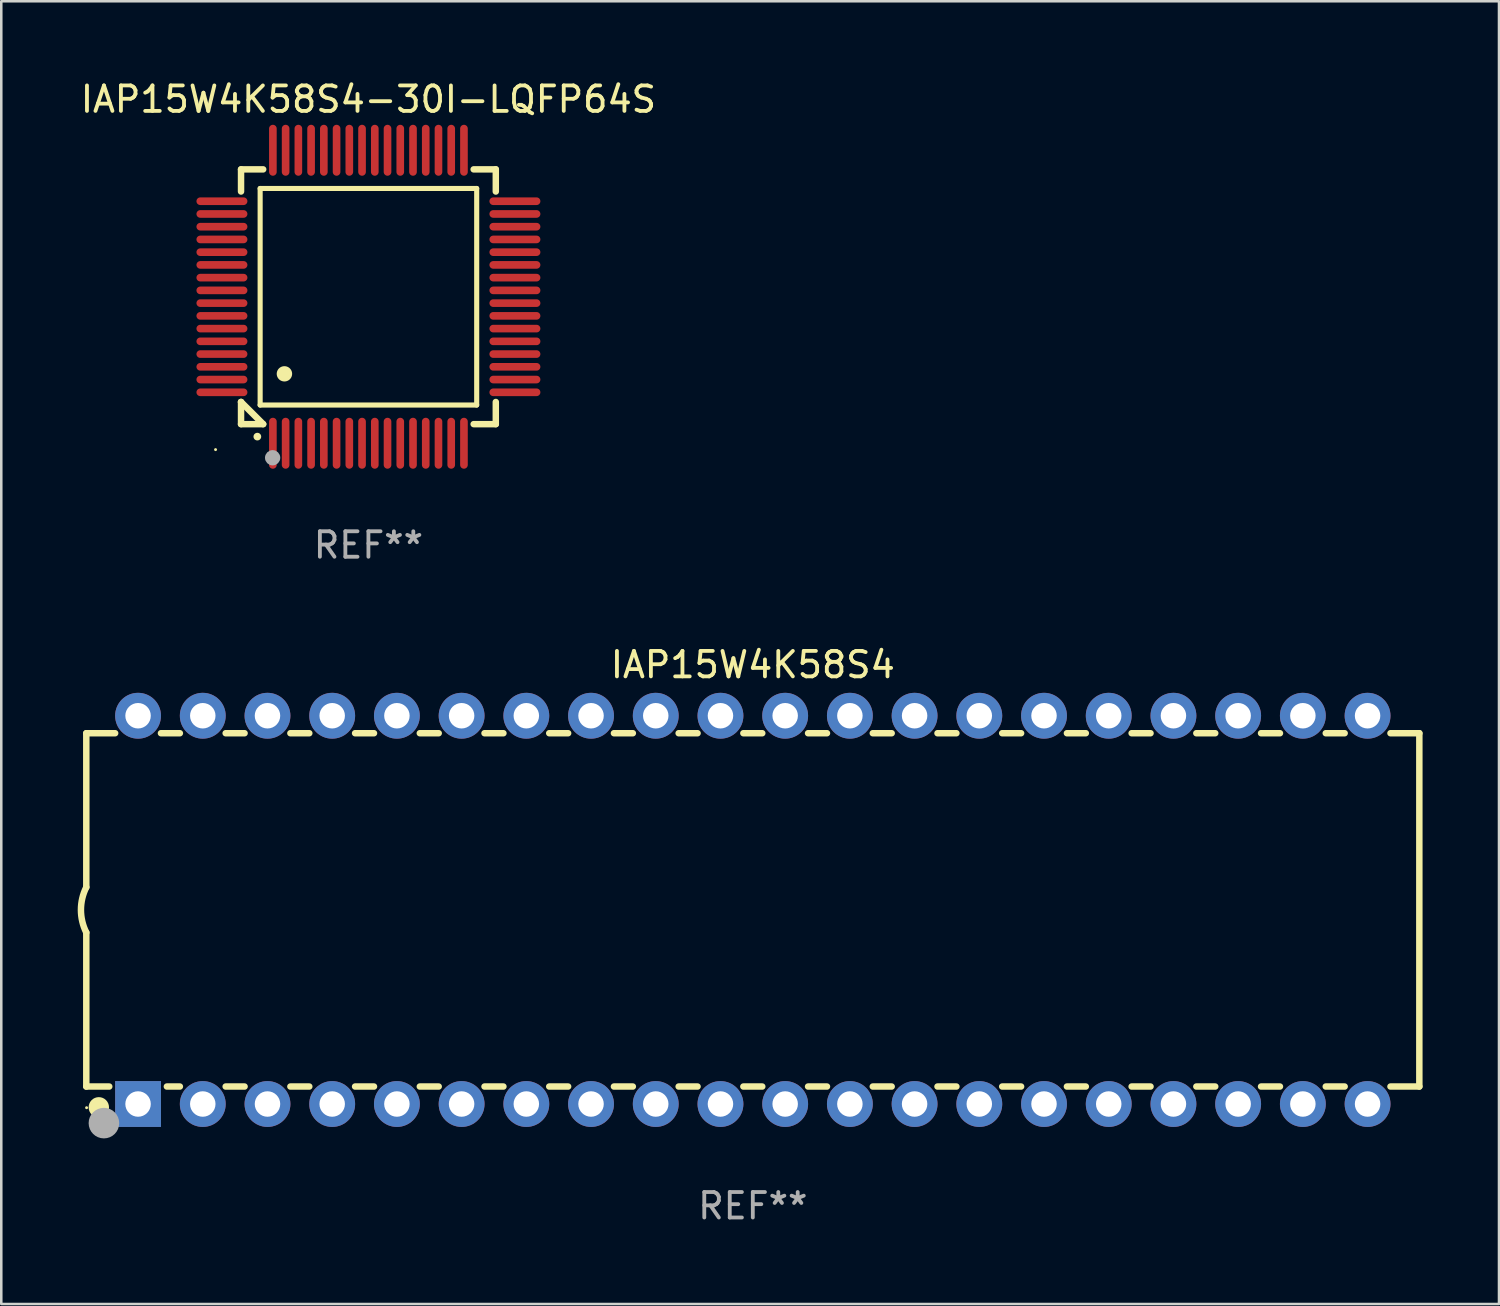
<source format=kicad_pcb>
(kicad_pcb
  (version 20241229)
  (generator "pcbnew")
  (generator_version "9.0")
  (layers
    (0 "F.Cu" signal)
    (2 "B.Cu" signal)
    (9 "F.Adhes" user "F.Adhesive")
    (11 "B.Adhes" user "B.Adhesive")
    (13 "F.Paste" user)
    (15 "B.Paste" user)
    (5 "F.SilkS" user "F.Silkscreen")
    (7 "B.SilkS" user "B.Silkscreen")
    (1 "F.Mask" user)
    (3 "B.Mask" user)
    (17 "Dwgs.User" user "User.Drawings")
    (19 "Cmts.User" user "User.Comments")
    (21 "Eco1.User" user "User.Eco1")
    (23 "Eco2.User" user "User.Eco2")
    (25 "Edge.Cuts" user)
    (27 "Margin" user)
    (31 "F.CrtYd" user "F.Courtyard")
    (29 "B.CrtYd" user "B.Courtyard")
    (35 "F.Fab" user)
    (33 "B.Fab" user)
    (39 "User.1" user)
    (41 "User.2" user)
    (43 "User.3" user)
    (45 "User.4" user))
  (footprint "IAP15W4K58S4-30I-LQFP64S"
    (layer "F.Cu")
    (at 11.411 8.598)
    (property "Reference" "IAP15W4K58S4-30I-LQFP64S" (at 0 -7.75 0) (layer "F.SilkS") (effects (font (size 1 1) (thickness 0.15))))
    (attr through_hole)
    (fp_line (start -5 -5) (end -4.131 -5) (stroke (width 0.254) (type solid)) (layer "F.SilkS"))
    (fp_line (start -5 -4.131) (end -5 -5) (stroke (width 0.254) (type solid)) (layer "F.SilkS"))
    (fp_line (start -5 4.131) (end -5 4.131) (stroke (width 0.254) (type solid)) (layer "F.SilkS"))
    (fp_line (start -5 5) (end -5 4.131) (stroke (width 0.254) (type solid)) (layer "F.SilkS"))
    (fp_line (start -5 4.131) (end -4.131 5) (stroke (width 0.254) (type solid)) (layer "F.SilkS"))
    (fp_line (start -4.25 -4.25) (end -4.25 4.25) (stroke (width 0.2) (type solid)) (layer "F.SilkS"))
    (fp_line (start -4.25 4.25) (end 4.25 4.25) (stroke (width 0.2) (type solid)) (layer "F.SilkS"))
    (fp_line (start -4.131 5) (end -5 5) (stroke (width 0.254) (type solid)) (layer "F.SilkS"))
    (fp_line (start 4.25 -4.25) (end -4.25 -4.25) (stroke (width 0.2) (type solid)) (layer "F.SilkS"))
    (fp_line (start 4.25 4.25) (end 4.25 -4.25) (stroke (width 0.2) (type solid)) (layer "F.SilkS"))
    (fp_line (start 5 -5) (end 4.131 -5) (stroke (width 0.254) (type solid)) (layer "F.SilkS"))
    (fp_line (start 5 -5) (end 5 -4.131) (stroke (width 0.254) (type solid)) (layer "F.SilkS"))
    (fp_line (start 5 4.131) (end 5 5) (stroke (width 0.254) (type solid)) (layer "F.SilkS"))
    (fp_line (start 5 5) (end 4.131 5) (stroke (width 0.254) (type solid)) (layer "F.SilkS"))
    (fp_arc (start -4.361265 5.489992) (mid -4.359995 5.489987) (end -4.358725 5.489992) (stroke (width 0.3) (type solid)) (layer "F.SilkS"))
    (fp_arc (start -3.299467 3.025146) (mid -3.296927 3.025135) (end -3.294387 3.025146) (stroke (width 0.6) (type solid)) (layer "F.SilkS"))
    (fp_circle (center -6 6) (end -5.97 6) (stroke (width 0.06) (type solid)) (fill no) (layer "F.SilkS"))
    (fp_circle (center -3.76 6.32) (end -3.61 6.32) (stroke (width 0.3) (type solid)) (fill no) (layer "F.Fab"))
    (fp_text user "REF**" (at 0 9.75 0) (layer "F.Fab") (effects (font (size 1 1) (thickness 0.15))))
    (pad "1" smd oval (at -3.75 5.75) (size 0.3 2) (layers "F.Cu" "F.Mask" "F.Paste"))
    (pad "2" smd oval (at -3.25 5.75) (size 0.3 2) (layers "F.Cu" "F.Mask" "F.Paste"))
    (pad "3" smd oval (at -2.75 5.75) (size 0.3 2) (layers "F.Cu" "F.Mask" "F.Paste"))
    (pad "4" smd oval (at -2.25 5.75) (size 0.3 2) (layers "F.Cu" "F.Mask" "F.Paste"))
    (pad "5" smd oval (at -1.75 5.75) (size 0.3 2) (layers "F.Cu" "F.Mask" "F.Paste"))
    (pad "6" smd oval (at -1.25 5.75) (size 0.3 2) (layers "F.Cu" "F.Mask" "F.Paste"))
    (pad "7" smd oval (at -0.75 5.75) (size 0.3 2) (layers "F.Cu" "F.Mask" "F.Paste"))
    (pad "8" smd oval (at -0.25 5.75) (size 0.3 2) (layers "F.Cu" "F.Mask" "F.Paste"))
    (pad "9" smd oval (at 0.25 5.75) (size 0.3 2) (layers "F.Cu" "F.Mask" "F.Paste"))
    (pad "10" smd oval (at 0.75 5.75) (size 0.3 2) (layers "F.Cu" "F.Mask" "F.Paste"))
    (pad "11" smd oval (at 1.25 5.75) (size 0.3 2) (layers "F.Cu" "F.Mask" "F.Paste"))
    (pad "12" smd oval (at 1.75 5.75) (size 0.3 2) (layers "F.Cu" "F.Mask" "F.Paste"))
    (pad "13" smd oval (at 2.25 5.75) (size 0.3 2) (layers "F.Cu" "F.Mask" "F.Paste"))
    (pad "14" smd oval (at 2.75 5.75) (size 0.3 2) (layers "F.Cu" "F.Mask" "F.Paste"))
    (pad "15" smd oval (at 3.25 5.75) (size 0.3 2) (layers "F.Cu" "F.Mask" "F.Paste"))
    (pad "16" smd oval (at 3.75 5.75) (size 0.3 2) (layers "F.Cu" "F.Mask" "F.Paste"))
    (pad "17" smd oval (at 5.75 3.75) (size 2 0.3) (layers "F.Cu" "F.Mask" "F.Paste"))
    (pad "18" smd oval (at 5.75 3.25) (size 2 0.3) (layers "F.Cu" "F.Mask" "F.Paste"))
    (pad "19" smd oval (at 5.75 2.75) (size 2 0.3) (layers "F.Cu" "F.Mask" "F.Paste"))
    (pad "20" smd oval (at 5.75 2.25) (size 2 0.3) (layers "F.Cu" "F.Mask" "F.Paste"))
    (pad "21" smd oval (at 5.75 1.75) (size 2 0.3) (layers "F.Cu" "F.Mask" "F.Paste"))
    (pad "22" smd oval (at 5.75 1.25) (size 2 0.3) (layers "F.Cu" "F.Mask" "F.Paste"))
    (pad "23" smd oval (at 5.75 0.75) (size 2 0.3) (layers "F.Cu" "F.Mask" "F.Paste"))
    (pad "24" smd oval (at 5.75 0.25) (size 2 0.3) (layers "F.Cu" "F.Mask" "F.Paste"))
    (pad "25" smd oval (at 5.75 -0.25) (size 2 0.3) (layers "F.Cu" "F.Mask" "F.Paste"))
    (pad "26" smd oval (at 5.75 -0.75) (size 2 0.3) (layers "F.Cu" "F.Mask" "F.Paste"))
    (pad "27" smd oval (at 5.75 -1.25) (size 2 0.3) (layers "F.Cu" "F.Mask" "F.Paste"))
    (pad "28" smd oval (at 5.75 -1.75) (size 2 0.3) (layers "F.Cu" "F.Mask" "F.Paste"))
    (pad "29" smd oval (at 5.75 -2.25) (size 2 0.3) (layers "F.Cu" "F.Mask" "F.Paste"))
    (pad "30" smd oval (at 5.75 -2.75) (size 2 0.3) (layers "F.Cu" "F.Mask" "F.Paste"))
    (pad "31" smd oval (at 5.75 -3.25) (size 2 0.3) (layers "F.Cu" "F.Mask" "F.Paste"))
    (pad "32" smd oval (at 5.75 -3.75) (size 2 0.3) (layers "F.Cu" "F.Mask" "F.Paste"))
    (pad "33" smd oval (at 3.75 -5.75) (size 0.3 2) (layers "F.Cu" "F.Mask" "F.Paste"))
    (pad "34" smd oval (at 3.25 -5.75) (size 0.3 2) (layers "F.Cu" "F.Mask" "F.Paste"))
    (pad "35" smd oval (at 2.75 -5.75) (size 0.3 2) (layers "F.Cu" "F.Mask" "F.Paste"))
    (pad "36" smd oval (at 2.25 -5.75) (size 0.3 2) (layers "F.Cu" "F.Mask" "F.Paste"))
    (pad "37" smd oval (at 1.75 -5.75) (size 0.3 2) (layers "F.Cu" "F.Mask" "F.Paste"))
    (pad "38" smd oval (at 1.25 -5.75) (size 0.3 2) (layers "F.Cu" "F.Mask" "F.Paste"))
    (pad "39" smd oval (at 0.75 -5.75) (size 0.3 2) (layers "F.Cu" "F.Mask" "F.Paste"))
    (pad "40" smd oval (at 0.25 -5.75) (size 0.3 2) (layers "F.Cu" "F.Mask" "F.Paste"))
    (pad "41" smd oval (at -0.25 -5.75) (size 0.3 2) (layers "F.Cu" "F.Mask" "F.Paste"))
    (pad "42" smd oval (at -0.75 -5.75) (size 0.3 2) (layers "F.Cu" "F.Mask" "F.Paste"))
    (pad "43" smd oval (at -1.25 -5.75) (size 0.3 2) (layers "F.Cu" "F.Mask" "F.Paste"))
    (pad "44" smd oval (at -1.75 -5.75) (size 0.3 2) (layers "F.Cu" "F.Mask" "F.Paste"))
    (pad "45" smd oval (at -2.25 -5.75) (size 0.3 2) (layers "F.Cu" "F.Mask" "F.Paste"))
    (pad "46" smd oval (at -2.75 -5.75) (size 0.3 2) (layers "F.Cu" "F.Mask" "F.Paste"))
    (pad "47" smd oval (at -3.25 -5.75) (size 0.3 2) (layers "F.Cu" "F.Mask" "F.Paste"))
    (pad "48" smd oval (at -3.75 -5.75) (size 0.3 2) (layers "F.Cu" "F.Mask" "F.Paste"))
    (pad "49" smd oval (at -5.75 -3.75) (size 2 0.3) (layers "F.Cu" "F.Mask" "F.Paste"))
    (pad "50" smd oval (at -5.75 -3.25) (size 2 0.3) (layers "F.Cu" "F.Mask" "F.Paste"))
    (pad "51" smd oval (at -5.75 -2.75) (size 2 0.3) (layers "F.Cu" "F.Mask" "F.Paste"))
    (pad "52" smd oval (at -5.75 -2.25) (size 2 0.3) (layers "F.Cu" "F.Mask" "F.Paste"))
    (pad "53" smd oval (at -5.75 -1.75) (size 2 0.3) (layers "F.Cu" "F.Mask" "F.Paste"))
    (pad "54" smd oval (at -5.75 -1.25) (size 2 0.3) (layers "F.Cu" "F.Mask" "F.Paste"))
    (pad "55" smd oval (at -5.75 -0.75) (size 2 0.3) (layers "F.Cu" "F.Mask" "F.Paste"))
    (pad "56" smd oval (at -5.75 -0.25) (size 2 0.3) (layers "F.Cu" "F.Mask" "F.Paste"))
    (pad "57" smd oval (at -5.75 0.25) (size 2 0.3) (layers "F.Cu" "F.Mask" "F.Paste"))
    (pad "58" smd oval (at -5.75 0.75) (size 2 0.3) (layers "F.Cu" "F.Mask" "F.Paste"))
    (pad "59" smd oval (at -5.75 1.25) (size 2 0.3) (layers "F.Cu" "F.Mask" "F.Paste"))
    (pad "60" smd oval (at -5.75 1.75) (size 2 0.3) (layers "F.Cu" "F.Mask" "F.Paste"))
    (pad "61" smd oval (at -5.75 2.25) (size 2 0.3) (layers "F.Cu" "F.Mask" "F.Paste"))
    (pad "62" smd oval (at -5.75 2.75) (size 2 0.3) (layers "F.Cu" "F.Mask" "F.Paste"))
    (pad "63" smd oval (at -5.75 3.25) (size 2 0.3) (layers "F.Cu" "F.Mask" "F.Paste"))
    (pad "64" smd oval (at -5.75 3.75) (size 2 0.3) (layers "F.Cu" "F.Mask" "F.Paste")))
  (footprint "IAP15W4K58S4"
    (layer "F.Cu")
    (at 26.499 32.664)
    (property "Reference" "IAP15W4K58S4" (at 0 -9.62 0) (layer "F.SilkS") (effects (font (size 1 1) (thickness 0.15))))
    (attr through_hole)
    (fp_line (start -26.162 -6.934) (end -26.162 -0.889) (stroke (width 0.254) (type solid)) (layer "F.SilkS"))
    (fp_line (start -26.162 -6.934) (end -25.029 -6.934) (stroke (width 0.254) (type solid)) (layer "F.SilkS"))
    (fp_line (start -26.162 6.934) (end -26.162 0.889) (stroke (width 0.254) (type solid)) (layer "F.SilkS"))
    (fp_line (start -26.162 6.934) (end -25.261 6.934) (stroke (width 0.254) (type solid)) (layer "F.SilkS"))
    (fp_line (start -23.231 -6.934) (end -22.489 -6.934) (stroke (width 0.254) (type solid)) (layer "F.SilkS"))
    (fp_line (start -22.999 6.934) (end -22.489 6.934) (stroke (width 0.254) (type solid)) (layer "F.SilkS"))
    (fp_line (start -20.691 -6.934) (end -19.949 -6.934) (stroke (width 0.254) (type solid)) (layer "F.SilkS"))
    (fp_line (start -20.691 6.934) (end -19.949 6.934) (stroke (width 0.254) (type solid)) (layer "F.SilkS"))
    (fp_line (start -18.151 -6.934) (end -17.409 -6.934) (stroke (width 0.254) (type solid)) (layer "F.SilkS"))
    (fp_line (start -18.151 6.934) (end -17.409 6.934) (stroke (width 0.254) (type solid)) (layer "F.SilkS"))
    (fp_line (start -15.611 -6.934) (end -14.869 -6.934) (stroke (width 0.254) (type solid)) (layer "F.SilkS"))
    (fp_line (start -15.611 6.934) (end -14.869 6.934) (stroke (width 0.254) (type solid)) (layer "F.SilkS"))
    (fp_line (start -13.071 -6.934) (end -12.329 -6.934) (stroke (width 0.254) (type solid)) (layer "F.SilkS"))
    (fp_line (start -13.071 6.934) (end -12.329 6.934) (stroke (width 0.254) (type solid)) (layer "F.SilkS"))
    (fp_line (start -10.531 -6.934) (end -9.789 -6.934) (stroke (width 0.254) (type solid)) (layer "F.SilkS"))
    (fp_line (start -10.531 6.934) (end -9.789 6.934) (stroke (width 0.254) (type solid)) (layer "F.SilkS"))
    (fp_line (start -7.991 -6.934) (end -7.249 -6.934) (stroke (width 0.254) (type solid)) (layer "F.SilkS"))
    (fp_line (start -7.991 6.934) (end -7.249 6.934) (stroke (width 0.254) (type solid)) (layer "F.SilkS"))
    (fp_line (start -5.451 -6.934) (end -4.709 -6.934) (stroke (width 0.254) (type solid)) (layer "F.SilkS"))
    (fp_line (start -5.451 6.934) (end -4.709 6.934) (stroke (width 0.254) (type solid)) (layer "F.SilkS"))
    (fp_line (start -2.911 -6.934) (end -2.169 -6.934) (stroke (width 0.254) (type solid)) (layer "F.SilkS"))
    (fp_line (start -2.911 6.934) (end -2.169 6.934) (stroke (width 0.254) (type solid)) (layer "F.SilkS"))
    (fp_line (start -0.371 -6.934) (end 0.371 -6.934) (stroke (width 0.254) (type solid)) (layer "F.SilkS"))
    (fp_line (start -0.371 6.934) (end 0.371 6.934) (stroke (width 0.254) (type solid)) (layer "F.SilkS"))
    (fp_line (start 2.169 -6.934) (end 2.911 -6.934) (stroke (width 0.254) (type solid)) (layer "F.SilkS"))
    (fp_line (start 2.169 6.934) (end 2.911 6.934) (stroke (width 0.254) (type solid)) (layer "F.SilkS"))
    (fp_line (start 4.709 -6.934) (end 5.451 -6.934) (stroke (width 0.254) (type solid)) (layer "F.SilkS"))
    (fp_line (start 4.709 6.934) (end 5.451 6.934) (stroke (width 0.254) (type solid)) (layer "F.SilkS"))
    (fp_line (start 7.249 -6.934) (end 7.991 -6.934) (stroke (width 0.254) (type solid)) (layer "F.SilkS"))
    (fp_line (start 7.249 6.934) (end 7.991 6.934) (stroke (width 0.254) (type solid)) (layer "F.SilkS"))
    (fp_line (start 9.789 -6.934) (end 10.531 -6.934) (stroke (width 0.254) (type solid)) (layer "F.SilkS"))
    (fp_line (start 9.789 6.934) (end 10.531 6.934) (stroke (width 0.254) (type solid)) (layer "F.SilkS"))
    (fp_line (start 12.329 -6.934) (end 13.071 -6.934) (stroke (width 0.254) (type solid)) (layer "F.SilkS"))
    (fp_line (start 12.329 6.934) (end 13.071 6.934) (stroke (width 0.254) (type solid)) (layer "F.SilkS"))
    (fp_line (start 14.869 -6.934) (end 15.611 -6.934) (stroke (width 0.254) (type solid)) (layer "F.SilkS"))
    (fp_line (start 14.869 6.934) (end 15.611 6.934) (stroke (width 0.254) (type solid)) (layer "F.SilkS"))
    (fp_line (start 17.409 -6.934) (end 18.151 -6.934) (stroke (width 0.254) (type solid)) (layer "F.SilkS"))
    (fp_line (start 17.409 6.934) (end 18.151 6.934) (stroke (width 0.254) (type solid)) (layer "F.SilkS"))
    (fp_line (start 19.949 -6.934) (end 20.691 -6.934) (stroke (width 0.254) (type solid)) (layer "F.SilkS"))
    (fp_line (start 19.949 6.934) (end 20.691 6.934) (stroke (width 0.254) (type solid)) (layer "F.SilkS"))
    (fp_line (start 22.489 -6.934) (end 23.231 -6.934) (stroke (width 0.254) (type solid)) (layer "F.SilkS"))
    (fp_line (start 22.489 6.934) (end 23.231 6.934) (stroke (width 0.254) (type solid)) (layer "F.SilkS"))
    (fp_line (start 25.029 -6.934) (end 26.162 -6.934) (stroke (width 0.254) (type solid)) (layer "F.SilkS"))
    (fp_line (start 25.029 6.934) (end 26.162 6.934) (stroke (width 0.254) (type solid)) (layer "F.SilkS"))
    (fp_line (start 26.162 -6.934) (end 26.162 6.934) (stroke (width 0.254) (type solid)) (layer "F.SilkS"))
    (fp_arc (start -26.162052 0.889001) (mid -26.371917 0) (end -26.162052 -0.889002) (stroke (width 0.254001) (type solid)) (layer "F.SilkS"))
    (fp_circle (center -26.15 7.765) (end -26.12 7.765) (stroke (width 0.06) (type solid)) (fill no) (layer "F.SilkS"))
    (fp_circle (center -25.67 7.75) (end -25.47 7.75) (stroke (width 0.4) (type solid)) (fill no) (layer "F.SilkS"))
    (fp_circle (center -25.47 8.37) (end -25.17 8.37) (stroke (width 0.6) (type solid)) (fill no) (layer "F.Fab"))
    (fp_text user "REF**" (at 0 11.62 0) (layer "F.Fab") (effects (font (size 1 1) (thickness 0.15))))
    (pad "1" thru_hole rect (at -24.13 7.62) (size 1.8 1.8) (drill 1) (layers "*.Cu" "*.Mask"))
    (pad "2" thru_hole circle (at -21.59 7.62) (size 1.8 1.8) (drill 1) (layers "*.Cu" "*.Mask"))
    (pad "3" thru_hole circle (at -19.05 7.62) (size 1.8 1.8) (drill 1) (layers "*.Cu" "*.Mask"))
    (pad "4" thru_hole circle (at -16.51 7.62) (size 1.8 1.8) (drill 1) (layers "*.Cu" "*.Mask"))
    (pad "5" thru_hole circle (at -13.97 7.62) (size 1.8 1.8) (drill 1) (layers "*.Cu" "*.Mask"))
    (pad "6" thru_hole circle (at -11.43 7.62) (size 1.8 1.8) (drill 1) (layers "*.Cu" "*.Mask"))
    (pad "7" thru_hole circle (at -8.89 7.62) (size 1.8 1.8) (drill 1) (layers "*.Cu" "*.Mask"))
    (pad "8" thru_hole circle (at -6.35 7.62) (size 1.8 1.8) (drill 1) (layers "*.Cu" "*.Mask"))
    (pad "9" thru_hole circle (at -3.81 7.62) (size 1.8 1.8) (drill 1) (layers "*.Cu" "*.Mask"))
    (pad "10" thru_hole circle (at -1.27 7.62) (size 1.8 1.8) (drill 1) (layers "*.Cu" "*.Mask"))
    (pad "11" thru_hole circle (at 1.27 7.62) (size 1.8 1.8) (drill 1) (layers "*.Cu" "*.Mask"))
    (pad "12" thru_hole circle (at 3.81 7.62) (size 1.8 1.8) (drill 1) (layers "*.Cu" "*.Mask"))
    (pad "13" thru_hole circle (at 6.35 7.62) (size 1.8 1.8) (drill 1) (layers "*.Cu" "*.Mask"))
    (pad "14" thru_hole circle (at 8.89 7.62) (size 1.8 1.8) (drill 1) (layers "*.Cu" "*.Mask"))
    (pad "15" thru_hole circle (at 11.43 7.62) (size 1.8 1.8) (drill 1) (layers "*.Cu" "*.Mask"))
    (pad "16" thru_hole circle (at 13.97 7.62) (size 1.8 1.8) (drill 1) (layers "*.Cu" "*.Mask"))
    (pad "17" thru_hole circle (at 16.51 7.62) (size 1.8 1.8) (drill 1) (layers "*.Cu" "*.Mask"))
    (pad "18" thru_hole circle (at 19.05 7.62) (size 1.8 1.8) (drill 1) (layers "*.Cu" "*.Mask"))
    (pad "19" thru_hole circle (at 21.59 7.62) (size 1.8 1.8) (drill 1) (layers "*.Cu" "*.Mask"))
    (pad "20" thru_hole circle (at 24.13 7.62) (size 1.8 1.8) (drill 1) (layers "*.Cu" "*.Mask"))
    (pad "21" thru_hole circle (at 24.13 -7.62) (size 1.8 1.8) (drill 1) (layers "*.Cu" "*.Mask"))
    (pad "22" thru_hole circle (at 21.59 -7.62) (size 1.8 1.8) (drill 1) (layers "*.Cu" "*.Mask"))
    (pad "23" thru_hole circle (at 19.05 -7.62) (size 1.8 1.8) (drill 1) (layers "*.Cu" "*.Mask"))
    (pad "24" thru_hole circle (at 16.51 -7.62) (size 1.8 1.8) (drill 1) (layers "*.Cu" "*.Mask"))
    (pad "25" thru_hole circle (at 13.97 -7.62) (size 1.8 1.8) (drill 1) (layers "*.Cu" "*.Mask"))
    (pad "26" thru_hole circle (at 11.43 -7.62) (size 1.8 1.8) (drill 1) (layers "*.Cu" "*.Mask"))
    (pad "27" thru_hole circle (at 8.89 -7.62) (size 1.8 1.8) (drill 1) (layers "*.Cu" "*.Mask"))
    (pad "28" thru_hole circle (at 6.35 -7.62) (size 1.8 1.8) (drill 1) (layers "*.Cu" "*.Mask"))
    (pad "29" thru_hole circle (at 3.81 -7.62) (size 1.8 1.8) (drill 1) (layers "*.Cu" "*.Mask"))
    (pad "30" thru_hole circle (at 1.27 -7.62) (size 1.8 1.8) (drill 1) (layers "*.Cu" "*.Mask"))
    (pad "31" thru_hole circle (at -1.27 -7.62) (size 1.8 1.8) (drill 1) (layers "*.Cu" "*.Mask"))
    (pad "32" thru_hole circle (at -3.81 -7.62) (size 1.8 1.8) (drill 1) (layers "*.Cu" "*.Mask"))
    (pad "33" thru_hole circle (at -6.35 -7.62) (size 1.8 1.8) (drill 1) (layers "*.Cu" "*.Mask"))
    (pad "34" thru_hole circle (at -8.89 -7.62) (size 1.8 1.8) (drill 1) (layers "*.Cu" "*.Mask"))
    (pad "35" thru_hole circle (at -11.43 -7.62) (size 1.8 1.8) (drill 1) (layers "*.Cu" "*.Mask"))
    (pad "36" thru_hole circle (at -13.97 -7.62) (size 1.8 1.8) (drill 1) (layers "*.Cu" "*.Mask"))
    (pad "37" thru_hole circle (at -16.51 -7.62) (size 1.8 1.8) (drill 1) (layers "*.Cu" "*.Mask"))
    (pad "38" thru_hole circle (at -19.05 -7.62) (size 1.8 1.8) (drill 1) (layers "*.Cu" "*.Mask"))
    (pad "39" thru_hole circle (at -21.59 -7.62) (size 1.8 1.8) (drill 1) (layers "*.Cu" "*.Mask"))
    (pad "40" thru_hole circle (at -24.13 -7.62) (size 1.8 1.8) (drill 1) (layers "*.Cu" "*.Mask")))
  (gr_rect
    (start -3 -3)
    (end 55.788 48.133)
    (stroke (width 0.1) (type default))
    (fill no)
    (layer "Edge.Cuts")))
</source>
